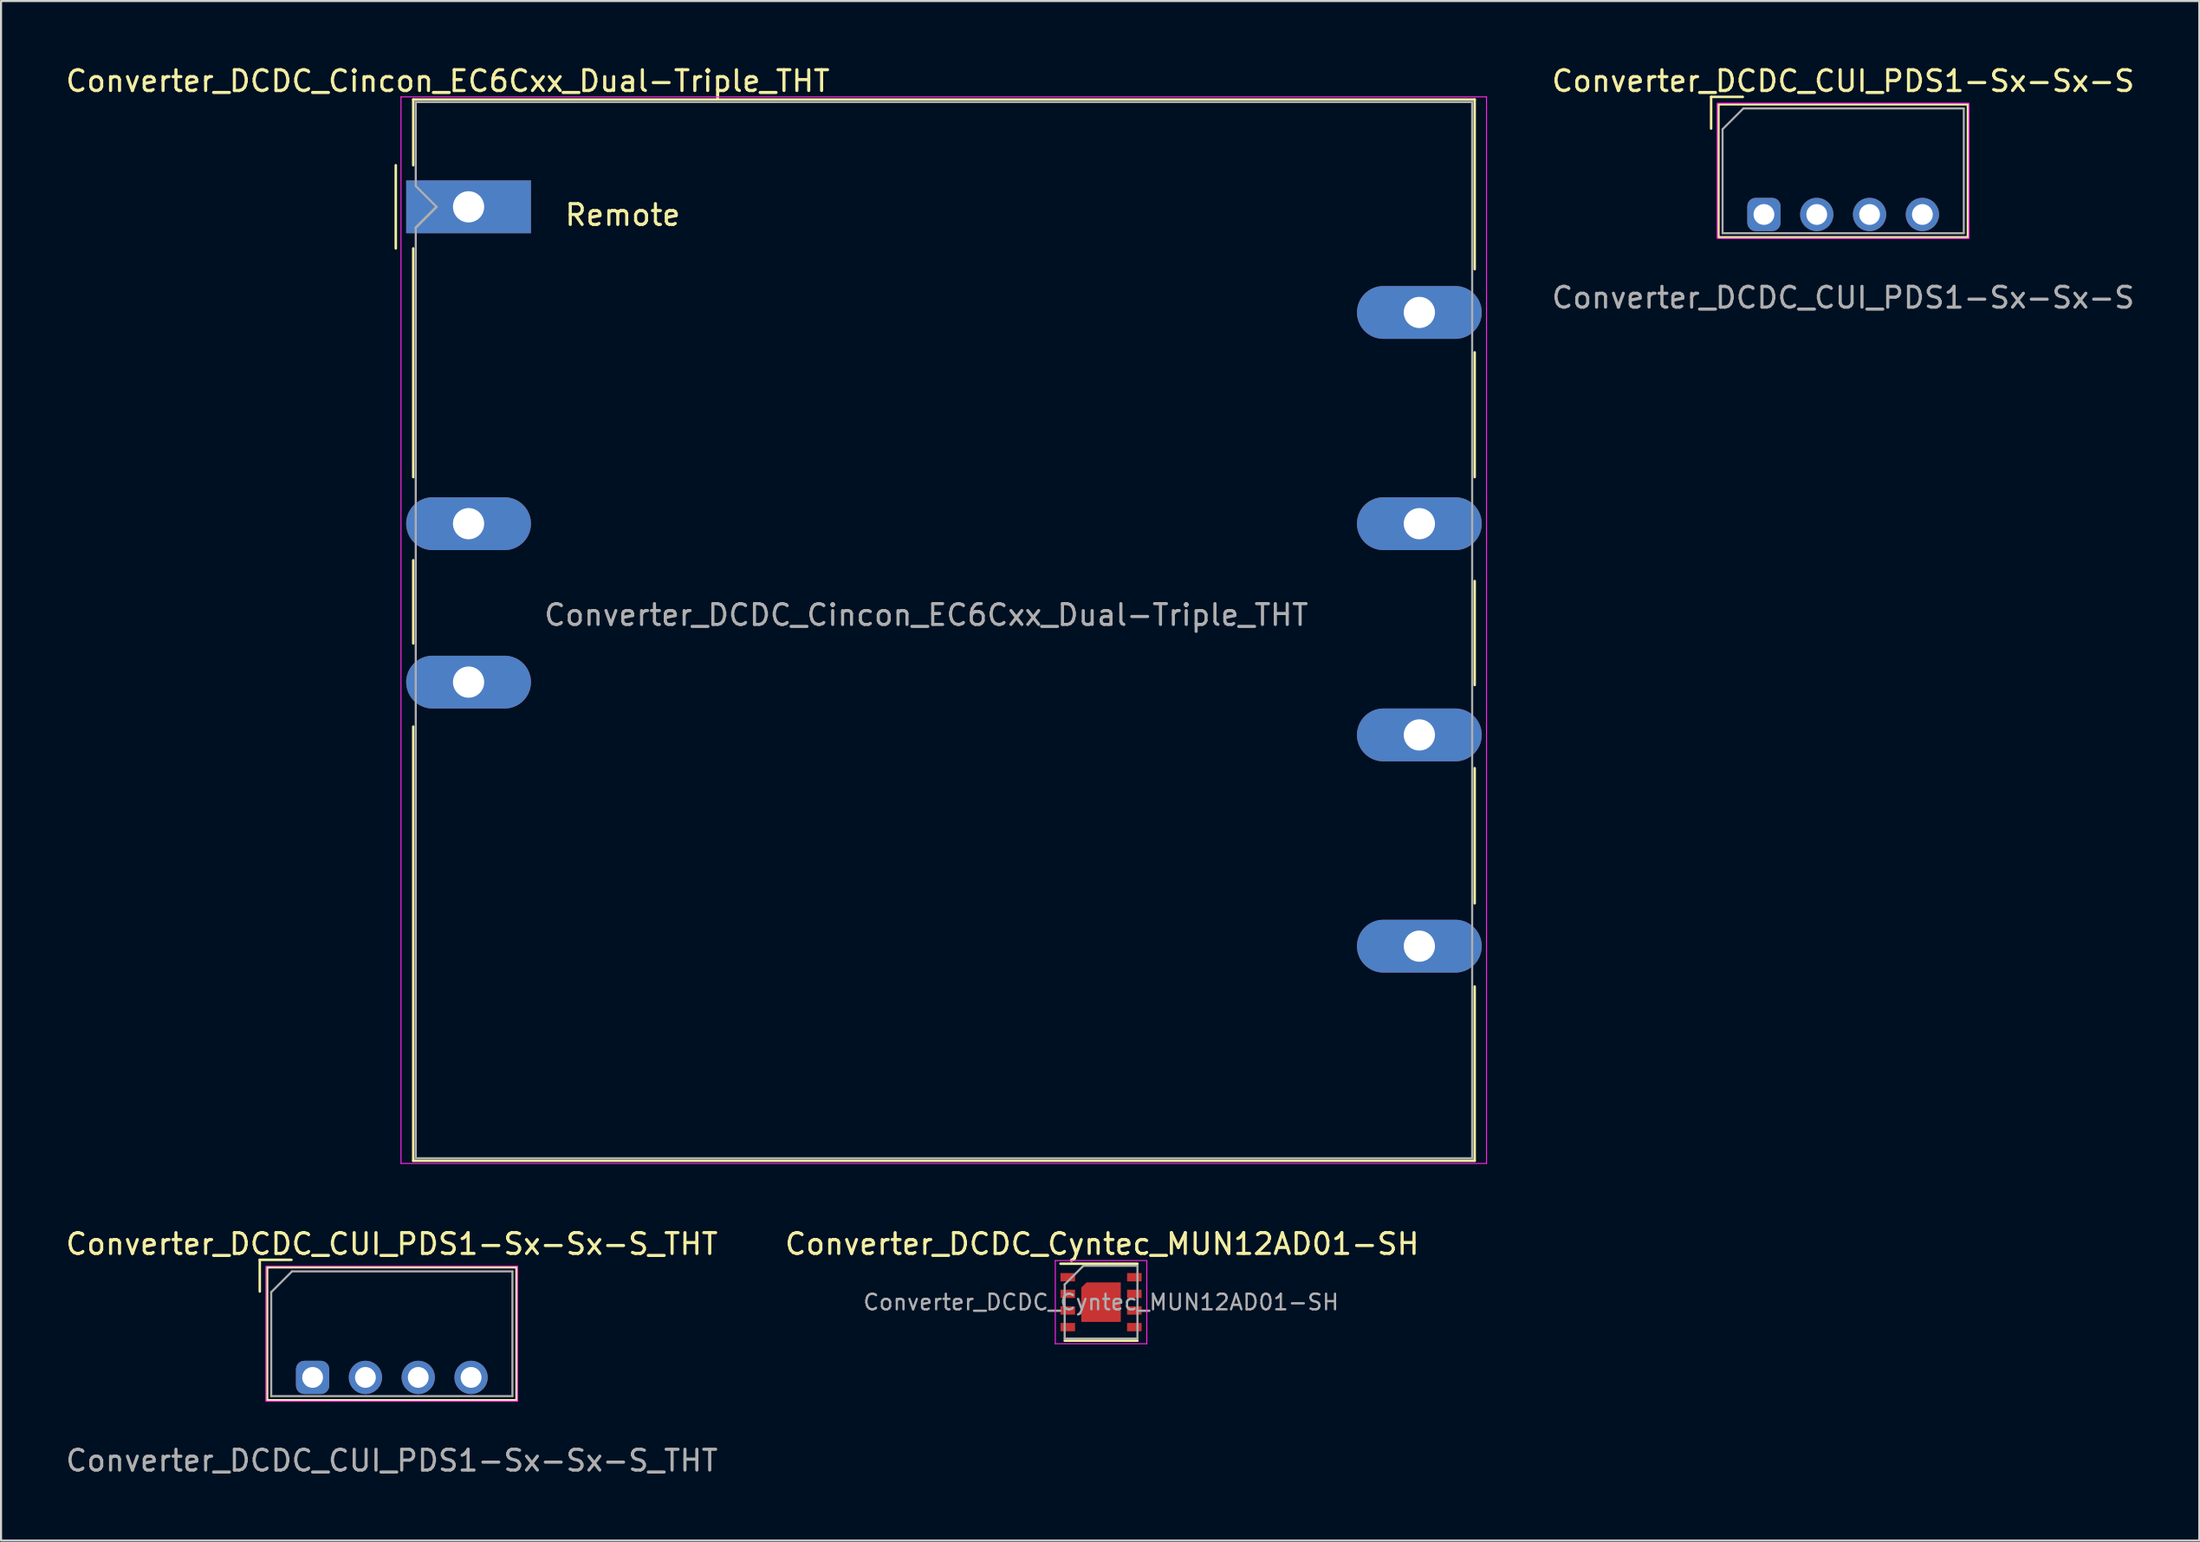
<source format=kicad_pcb>
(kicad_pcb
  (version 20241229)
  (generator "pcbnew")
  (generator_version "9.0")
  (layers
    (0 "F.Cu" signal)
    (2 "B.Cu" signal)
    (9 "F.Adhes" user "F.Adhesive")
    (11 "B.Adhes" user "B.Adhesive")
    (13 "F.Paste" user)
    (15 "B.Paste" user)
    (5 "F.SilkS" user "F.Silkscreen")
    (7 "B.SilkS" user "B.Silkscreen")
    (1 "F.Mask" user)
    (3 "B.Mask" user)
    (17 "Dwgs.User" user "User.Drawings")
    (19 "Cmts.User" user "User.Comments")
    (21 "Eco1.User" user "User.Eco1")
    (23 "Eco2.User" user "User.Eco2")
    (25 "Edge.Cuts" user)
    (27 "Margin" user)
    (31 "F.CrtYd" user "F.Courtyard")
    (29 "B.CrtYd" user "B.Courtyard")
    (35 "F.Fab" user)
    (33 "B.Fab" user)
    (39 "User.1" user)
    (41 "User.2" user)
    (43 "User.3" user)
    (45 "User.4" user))
  (footprint "Converter_DCDC_Cincon_EC6Cxx_Dual-Triple_THT"
    (layer "F.Cu")
    (at 19.482 6.898)
    (property "Reference" "Converter_DCDC_Cincon_EC6Cxx_Dual-Triple_THT" (at -1 -6.05 0) (layer "F.SilkS") (effects (font (size 1 1) (thickness 0.15))))
    (attr through_hole)
    (fp_line (start -3.5 -2) (end -3.5 2) (stroke (width 0.12) (type solid)) (layer "F.SilkS"))
    (fp_line (start -2.66 -5.16) (end 48.38 -5.16) (stroke (width 0.12) (type solid)) (layer "F.SilkS"))
    (fp_line (start -2.66 -2) (end -2.66 -5.16) (stroke (width 0.12) (type solid)) (layer "F.SilkS"))
    (fp_line (start -2.66 2) (end -2.66 13) (stroke (width 0.12) (type solid)) (layer "F.SilkS"))
    (fp_line (start -2.66 17) (end -2.66 21) (stroke (width 0.12) (type solid)) (layer "F.SilkS"))
    (fp_line (start -2.66 25) (end -2.66 45.88) (stroke (width 0.12) (type solid)) (layer "F.SilkS"))
    (fp_line (start 48.38 -5.16) (end 48.38 3) (stroke (width 0.12) (type solid)) (layer "F.SilkS"))
    (fp_line (start 48.38 7) (end 48.38 13) (stroke (width 0.12) (type solid)) (layer "F.SilkS"))
    (fp_line (start 48.38 18) (end 48.38 23) (stroke (width 0.12) (type solid)) (layer "F.SilkS"))
    (fp_line (start 48.38 27) (end 48.38 33.5) (stroke (width 0.12) (type solid)) (layer "F.SilkS"))
    (fp_line (start 48.38 45.88) (end -2.66 45.88) (stroke (width 0.12) (type solid)) (layer "F.SilkS"))
    (fp_line (start 48.38 45.88) (end 48.38 37.5) (stroke (width 0.12) (type solid)) (layer "F.SilkS"))
    (fp_line (start -3.25 -5.29) (end -3.25 46.01) (stroke (width 0.05) (type solid)) (layer "F.CrtYd"))
    (fp_line (start -3.25 -5.29) (end 48.95 -5.29) (stroke (width 0.05) (type solid)) (layer "F.CrtYd"))
    (fp_line (start -3.25 46.01) (end 48.95 46.01) (stroke (width 0.05) (type solid)) (layer "F.CrtYd"))
    (fp_line (start 48.95 -5.29) (end 48.95 46.01) (stroke (width 0.05) (type solid)) (layer "F.CrtYd"))
    (fp_line (start -2.54 -5.04) (end 48.26 -5.04) (stroke (width 0.1) (type solid)) (layer "F.Fab"))
    (fp_line (start -2.54 -1) (end -2.54 -5.04) (stroke (width 0.1) (type solid)) (layer "F.Fab"))
    (fp_line (start -2.54 -1) (end -1.54 0) (stroke (width 0.1) (type solid)) (layer "F.Fab"))
    (fp_line (start -2.54 45.76) (end -2.54 1) (stroke (width 0.1) (type solid)) (layer "F.Fab"))
    (fp_line (start -1.54 0) (end -2.54 1) (stroke (width 0.12) (type solid)) (layer "F.Fab"))
    (fp_line (start 48.26 45.76) (end -2.54 45.76) (stroke (width 0.1) (type solid)) (layer "F.Fab"))
    (fp_line (start 48.26 45.76) (end 48.26 -5.04) (stroke (width 0.1) (type solid)) (layer "F.Fab"))
    (fp_text user "Remote" (at 7.414 0.391 0) (layer "F.SilkS") (effects (font (size 1 1) (thickness 0.15))))
    (fp_text user "${REFERENCE}" (at 22.01 19.63 0) (layer "F.Fab") (effects (font (size 1 1) (thickness 0.15))))
    (pad "1" thru_hole rect (at 0 0) (size 5.999 2.54) (drill 1.5) (layers "*.Cu" "*.Mask"))
    (pad "3" thru_hole oval (at 0 15.24) (size 6 2.54) (drill 1.5) (layers "*.Cu" "*.Mask"))
    (pad "4" thru_hole oval (at 0 22.86) (size 6 2.54) (drill 1.5) (layers "*.Cu" "*.Mask"))
    (pad "5" thru_hole oval (at 45.72 5.08) (size 5.999 2.54) (drill 1.5) (layers "*.Cu" "*.Mask"))
    (pad "6" thru_hole oval (at 45.72 15.24) (size 6 2.54) (drill 1.5) (layers "*.Cu" "*.Mask"))
    (pad "7" thru_hole oval (at 45.72 25.4) (size 6 2.54) (drill 1.5) (layers "*.Cu" "*.Mask"))
    (pad "13" thru_hole oval (at 45.72 35.56) (size 6 2.54) (drill 1.5) (layers "*.Cu" "*.Mask")))
  (footprint "Converter_DCDC_CUI_PDS1-Sx-Sx-S_THT"
    (layer "F.Cu")
    (at 11.982 63.2)
    (property "Reference" "Converter_DCDC_CUI_PDS1-Sx-Sx-S_THT" (at 3.81 -6.418 0) (unlocked yes) (layer "F.SilkS") (effects (font (size 1 1) (thickness 0.15))))
    (attr through_hole)
    (fp_line (start -2.54 -4.132) (end -2.54 -5.656) (stroke (width 0.12) (type default)) (layer "F.SilkS"))
    (fp_line (start -1.016 -5.656) (end -2.54 -5.656) (stroke (width 0.12) (type default)) (layer "F.SilkS"))
    (fp_rect (start -2.19 -5.3) (end 9.81 1.1) (stroke (width 0.12) (type default)) (fill no) (layer "F.SilkS"))
    (fp_rect (start 9.86 -5.35) (end -2.24 1.15) (stroke (width 0.05) (type default)) (fill no) (layer "F.CrtYd"))
    (fp_line (start -1.99 -4.1) (end -0.99 -5.1) (stroke (width 0.1) (type default)) (layer "F.Fab"))
    (fp_line (start -1.99 0.9) (end -1.99 -4.1) (stroke (width 0.1) (type default)) (layer "F.Fab"))
    (fp_line (start -0.99 -5.1) (end 9.61 -5.1) (stroke (width 0.1) (type default)) (layer "F.Fab"))
    (fp_line (start 9.61 -5.1) (end 9.61 0.9) (stroke (width 0.1) (type default)) (layer "F.Fab"))
    (fp_line (start 9.61 0.9) (end -1.99 0.9) (stroke (width 0.1) (type default)) (layer "F.Fab"))
    (fp_text user "${REFERENCE}" (at 3.81 4 0) (unlocked yes) (layer "F.Fab") (effects (font (size 1 1) (thickness 0.15))))
    (pad "1" thru_hole roundrect (at 0 0) (size 1.6 1.6) (drill 1) (layers "*.Cu" "*.Mask") (roundrect_rratio 0.25))
    (pad "2" thru_hole circle (at 2.54 0) (size 1.6 1.6) (drill 1) (layers "*.Cu" "*.Mask"))
    (pad "3" thru_hole circle (at 5.08 0) (size 1.6 1.6) (drill 1) (layers "*.Cu" "*.Mask"))
    (pad "4" thru_hole circle (at 7.62 0) (size 1.6 1.6) (drill 1) (layers "*.Cu" "*.Mask")))
  (footprint "Converter_DCDC_Cyntec_MUN12AD01-SH"
    (layer "F.Cu")
    (at 49.896 59.581)
    (property "Reference" "Converter_DCDC_Cyntec_MUN12AD01-SH" (at 0.05 -2.8 0) (layer "F.SilkS") (effects (font (size 1 1) (thickness 0.15))))
    (attr smd)
    (fp_line (start -1.75 1.85) (end 1.75 1.85) (stroke (width 0.12) (type solid)) (layer "F.SilkS"))
    (fp_line (start 1.75 -1.85) (end -1.95 -1.85) (stroke (width 0.12) (type solid)) (layer "F.SilkS"))
    (fp_line (start -2.2 -2) (end -2.2 2) (stroke (width 0.05) (type solid)) (layer "F.CrtYd"))
    (fp_line (start -2.2 2) (end 2.2 2) (stroke (width 0.05) (type solid)) (layer "F.CrtYd"))
    (fp_line (start 2.2 -2) (end -2.2 -2) (stroke (width 0.05) (type solid)) (layer "F.CrtYd"))
    (fp_line (start 2.2 2) (end 2.2 -2) (stroke (width 0.05) (type solid)) (layer "F.CrtYd"))
    (fp_line (start -1.75 -0.85) (end -1.75 1.75) (stroke (width 0.1) (type solid)) (layer "F.Fab"))
    (fp_line (start -1.75 1.75) (end 1.75 1.75) (stroke (width 0.1) (type solid)) (layer "F.Fab"))
    (fp_line (start -0.85 -1.75) (end -1.75 -0.85) (stroke (width 0.1) (type solid)) (layer "F.Fab"))
    (fp_line (start 1.75 -1.75) (end -0.85 -1.75) (stroke (width 0.1) (type solid)) (layer "F.Fab"))
    (fp_line (start 1.75 1.75) (end 1.75 -1.75) (stroke (width 0.1) (type solid)) (layer "F.Fab"))
    (fp_text user "${REFERENCE}" (at 0 0 0) (layer "F.Fab") (effects (font (size 0.75 0.75) (thickness 0.11))))
    (pad "" smd custom (at -0.525 -0.525) (size 0.3 0.3) (layers "F.Paste") (options (anchor rect)) (primitives (gr_poly (pts (xy 0.375 0.375) (xy -0.375 0.375) (xy -0.375 -0.125) (xy -0.125 -0.375) (xy 0.375 -0.375)) (width 0) (fill yes))))
    (pad "" smd rect (at -0.525 0.525) (size 0.75 0.75) (layers "F.Paste"))
    (pad "" smd rect (at 0.525 -0.525) (size 0.75 0.75) (layers "F.Paste"))
    (pad "" smd rect (at 0.525 0.525) (size 0.75 0.75) (layers "F.Paste"))
    (pad "1" smd rect (at -1.6 -1.2) (size 0.7 0.4) (layers "F.Cu" "F.Mask" "F.Paste"))
    (pad "2" smd rect (at -1.6 -0.4) (size 0.7 0.4) (layers "F.Cu" "F.Mask" "F.Paste"))
    (pad "3" smd rect (at -1.6 0.4) (size 0.7 0.4) (layers "F.Cu" "F.Mask" "F.Paste"))
    (pad "4" smd rect (at -1.6 1.2) (size 0.7 0.4) (layers "F.Cu" "F.Mask" "F.Paste"))
    (pad "5" smd rect (at 1.6 1.2) (size 0.7 0.4) (layers "F.Cu" "F.Mask" "F.Paste"))
    (pad "6" smd rect (at 1.6 0.4) (size 0.7 0.4) (layers "F.Cu" "F.Mask" "F.Paste"))
    (pad "7" smd rect (at 1.6 -0.4) (size 0.7 0.4) (layers "F.Cu" "F.Mask" "F.Paste"))
    (pad "8" smd rect (at 1.6 -1.2) (size 0.7 0.4) (layers "F.Cu" "F.Mask" "F.Paste"))
    (pad "9" smd custom (at 0 0) (size 1.9 1.4) (layers "F.Cu" "F.Mask") (options (anchor rect)) (primitives (gr_poly (pts (xy 0.95 0.95) (xy -0.95 0.95) (xy -0.95 -0.7) (xy -0.7 -0.95) (xy 0.95 -0.95)) (width 0) (fill yes)))))
  (footprint "Converter_DCDC_CUI_PDS1-Sx-Sx-S"
    (layer "F.Cu")
    (at 85.582 5.166)
    (property "Reference" "Converter_DCDC_CUI_PDS1-Sx-Sx-S" (at 0 -4.318 0) (unlocked yes) (layer "F.SilkS") (effects (font (size 1 1) (thickness 0.15))))
    (attr through_hole)
    (fp_line (start -6.35 -2.032) (end -6.35 -3.556) (stroke (width 0.12) (type default)) (layer "F.SilkS"))
    (fp_line (start -4.826 -3.556) (end -6.35 -3.556) (stroke (width 0.12) (type default)) (layer "F.SilkS"))
    (fp_rect (start -6 -3.2) (end 6 3.2) (stroke (width 0.12) (type default)) (fill no) (layer "F.SilkS"))
    (fp_rect (start 6.05 -3.25) (end -6.05 3.25) (stroke (width 0.05) (type default)) (fill no) (layer "F.CrtYd"))
    (fp_line (start -5.8 -2) (end -4.8 -3) (stroke (width 0.1) (type default)) (layer "F.Fab"))
    (fp_line (start -5.8 3) (end -5.8 -2) (stroke (width 0.1) (type default)) (layer "F.Fab"))
    (fp_line (start -4.8 -3) (end 5.8 -3) (stroke (width 0.1) (type default)) (layer "F.Fab"))
    (fp_line (start 5.8 -3) (end 5.8 3) (stroke (width 0.1) (type default)) (layer "F.Fab"))
    (fp_line (start 5.8 3) (end -5.8 3) (stroke (width 0.1) (type default)) (layer "F.Fab"))
    (fp_text user "${REFERENCE}" (at 0 6.1 0) (unlocked yes) (layer "F.Fab") (effects (font (size 1 1) (thickness 0.15))))
    (pad "1" thru_hole roundrect (at -3.81 2.1) (size 1.6 1.6) (drill 1) (layers "*.Cu" "*.Mask") (roundrect_rratio 0.25))
    (pad "2" thru_hole circle (at -1.27 2.1) (size 1.6 1.6) (drill 1) (layers "*.Cu" "*.Mask"))
    (pad "3" thru_hole circle (at 1.27 2.1) (size 1.6 1.6) (drill 1) (layers "*.Cu" "*.Mask"))
    (pad "4" thru_hole circle (at 3.81 2.1) (size 1.6 1.6) (drill 1) (layers "*.Cu" "*.Mask")))
  (gr_rect
    (start -3 -3)
    (end 102.707 71.048)
    (stroke (width 0.1) (type default))
    (fill no)
    (layer "Edge.Cuts")))
</source>
